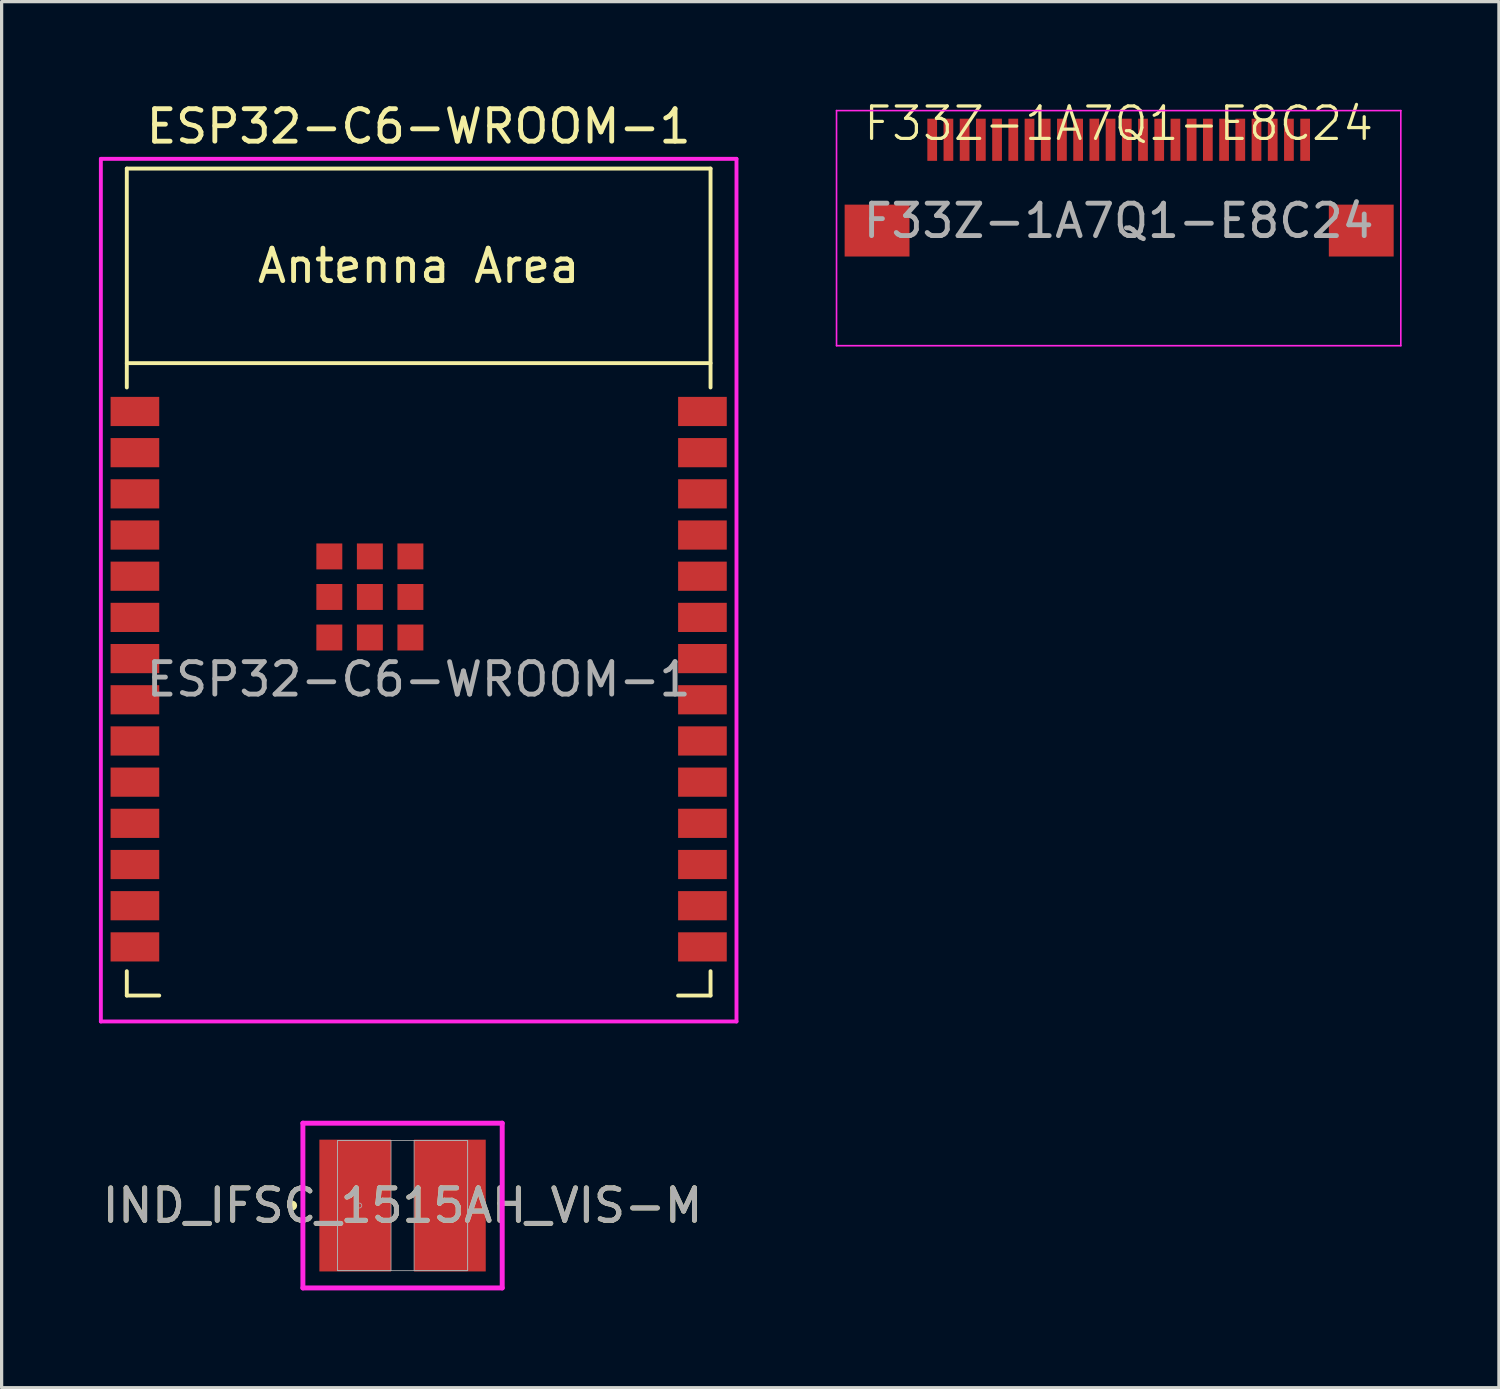
<source format=kicad_pcb>
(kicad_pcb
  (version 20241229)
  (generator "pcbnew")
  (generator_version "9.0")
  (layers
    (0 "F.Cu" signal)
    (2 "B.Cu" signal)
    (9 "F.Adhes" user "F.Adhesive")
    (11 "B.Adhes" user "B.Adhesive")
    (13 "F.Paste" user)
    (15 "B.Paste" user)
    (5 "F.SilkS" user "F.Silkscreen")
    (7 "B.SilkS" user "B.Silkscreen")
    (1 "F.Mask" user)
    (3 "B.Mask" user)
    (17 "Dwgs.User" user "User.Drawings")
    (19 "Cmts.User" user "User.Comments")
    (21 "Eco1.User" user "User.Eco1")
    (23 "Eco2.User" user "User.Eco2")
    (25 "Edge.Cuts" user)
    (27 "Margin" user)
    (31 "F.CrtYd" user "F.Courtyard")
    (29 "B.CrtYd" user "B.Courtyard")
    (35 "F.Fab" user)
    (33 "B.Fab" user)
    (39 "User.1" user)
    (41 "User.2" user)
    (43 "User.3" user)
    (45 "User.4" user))
  (footprint "IND_IFSC_1515AH_VIS-M"
    (layer "F.Cu")
    (at 9.363 34.124)
    (property "Reference" "IND_IFSC_1515AH_VIS-M" (at 0 0 0) (unlocked yes) (layer "F.SilkS") (effects (font (size 1 1) (thickness 0.15))))
    (attr smd)
    (fp_circle (center -3.404 0) (end -3.327 0) (stroke (width 0.152) (type solid)) (fill no) (layer "F.SilkS"))
    (fp_line (start -3.073 -2.54) (end 3.073 -2.54) (stroke (width 0.152) (type solid)) (layer "F.CrtYd"))
    (fp_line (start -3.073 2.54) (end -3.073 -2.54) (stroke (width 0.152) (type solid)) (layer "F.CrtYd"))
    (fp_line (start 3.073 -2.54) (end 3.073 2.54) (stroke (width 0.152) (type solid)) (layer "F.CrtYd"))
    (fp_line (start 3.073 2.54) (end -3.073 2.54) (stroke (width 0.152) (type solid)) (layer "F.CrtYd"))
    (fp_line (start -2.007 -2.007) (end -2.007 2.007) (stroke (width 0.025) (type solid)) (layer "F.Fab"))
    (fp_line (start -2.007 -2.007) (end -2.007 2.007) (stroke (width 0.025) (type solid)) (layer "F.Fab"))
    (fp_line (start -2.007 2.007) (end -0.356 2.007) (stroke (width 0.025) (type solid)) (layer "F.Fab"))
    (fp_line (start -2.007 2.007) (end 2.007 2.007) (stroke (width 0.025) (type solid)) (layer "F.Fab"))
    (fp_line (start -0.356 -2.007) (end -2.007 -2.007) (stroke (width 0.025) (type solid)) (layer "F.Fab"))
    (fp_line (start -0.356 2.007) (end -0.356 -2.007) (stroke (width 0.025) (type solid)) (layer "F.Fab"))
    (fp_line (start 0.356 -2.007) (end 0.356 2.007) (stroke (width 0.025) (type solid)) (layer "F.Fab"))
    (fp_line (start 0.356 2.007) (end 2.007 2.007) (stroke (width 0.025) (type solid)) (layer "F.Fab"))
    (fp_line (start 2.007 -2.007) (end -2.007 -2.007) (stroke (width 0.025) (type solid)) (layer "F.Fab"))
    (fp_line (start 2.007 -2.007) (end 0.356 -2.007) (stroke (width 0.025) (type solid)) (layer "F.Fab"))
    (fp_line (start 2.007 2.007) (end 2.007 -2.007) (stroke (width 0.025) (type solid)) (layer "F.Fab"))
    (fp_line (start 2.007 2.007) (end 2.007 -2.007) (stroke (width 0.025) (type solid)) (layer "F.Fab"))
    (fp_circle (center -1.333 0) (end -1.257 0) (stroke (width 0.025) (type solid)) (fill no) (layer "F.Fab"))
    (fp_text user "${REFERENCE}" (at 0 0 0) (unlocked yes) (layer "F.Fab") (effects (font (size 1 1) (thickness 0.15))))
    (pad "1" smd rect (at -1.46 0) (size 2.21 4.064) (layers "F.Cu" "F.Mask" "F.Paste"))
    (pad "2" smd rect (at 1.46 0) (size 2.21 4.064) (layers "F.Cu" "F.Mask" "F.Paste"))
    (zone (net_name "") (layer "F.Cu") (hatch full 0.508) (connect_pads) (min_thickness 0.254) (filled_areas_thickness no) (keepout (tracks not_allowed) (vias not_allowed) (pads allowed) (copperpour not_allowed) (footprints allowed)) (placement (enabled no)) (fill) (polygon (pts (xy 9.058 32.169) (xy 9.668 32.169) (xy 9.668 36.08) (xy 9.058 36.08)))))
  (footprint "F33Z-1A7Q1-E8C24"
    (layer "F.Cu")
    (at 31.445 1.26)
    (property "Reference" "F33Z-1A7Q1-E8C24" (at 0 -0.5 0) (unlocked yes) (layer "F.SilkS") (effects (font (size 1 1) (thickness 0.1))))
    (attr smd)
    (fp_line (start -8.7 -0.9) (end -8.7 6.35) (stroke (width 0.05) (type default)) (layer "F.CrtYd"))
    (fp_line (start -8.7 -0.9) (end 8.7 -0.9) (stroke (width 0.05) (type default)) (layer "F.CrtYd"))
    (fp_line (start -8.7 6.35) (end 8.7 6.35) (stroke (width 0.05) (type default)) (layer "F.CrtYd"))
    (fp_line (start 8.7 -0.9) (end 8.7 6.35) (stroke (width 0.05) (type default)) (layer "F.CrtYd"))
    (fp_text user "${REFERENCE}" (at 0 2.5 0) (unlocked yes) (layer "F.Fab") (effects (font (size 1 1) (thickness 0.15))))
    (pad "0" smd rect (at -7.45 2.8) (size 2 1.6) (layers "F.Cu" "F.Mask" "F.Paste"))
    (pad "0" smd rect (at 7.48 2.8) (size 2 1.6) (layers "F.Cu" "F.Mask" "F.Paste"))
    (pad "1" smd rect (at -5.75 0) (size 0.3 1.3) (layers "F.Cu" "F.Mask" "F.Paste"))
    (pad "2" smd rect (at -5.25 0) (size 0.3 1.3) (layers "F.Cu" "F.Mask" "F.Paste"))
    (pad "3" smd rect (at -4.75 0) (size 0.3 1.3) (layers "F.Cu" "F.Mask" "F.Paste"))
    (pad "4" smd rect (at -4.25 0) (size 0.3 1.3) (layers "F.Cu" "F.Mask" "F.Paste"))
    (pad "5" smd rect (at -3.75 0) (size 0.3 1.3) (layers "F.Cu" "F.Mask" "F.Paste"))
    (pad "6" smd rect (at -3.25 0) (size 0.3 1.3) (layers "F.Cu" "F.Mask" "F.Paste"))
    (pad "7" smd rect (at -2.75 0) (size 0.3 1.3) (layers "F.Cu" "F.Mask" "F.Paste"))
    (pad "8" smd rect (at -2.25 0) (size 0.3 1.3) (layers "F.Cu" "F.Mask" "F.Paste"))
    (pad "9" smd rect (at -1.75 0) (size 0.3 1.3) (layers "F.Cu" "F.Mask" "F.Paste"))
    (pad "10" smd rect (at -1.25 0) (size 0.3 1.3) (layers "F.Cu" "F.Mask" "F.Paste"))
    (pad "11" smd rect (at -0.75 0) (size 0.3 1.3) (layers "F.Cu" "F.Mask" "F.Paste"))
    (pad "12" smd rect (at -0.25 0) (size 0.3 1.3) (layers "F.Cu" "F.Mask" "F.Paste"))
    (pad "13" smd rect (at 0.25 0) (size 0.3 1.3) (layers "F.Cu" "F.Mask" "F.Paste"))
    (pad "14" smd rect (at 0.75 0) (size 0.3 1.3) (layers "F.Cu" "F.Mask" "F.Paste"))
    (pad "15" smd rect (at 1.25 0) (size 0.3 1.3) (layers "F.Cu" "F.Mask" "F.Paste"))
    (pad "16" smd rect (at 1.75 0) (size 0.3 1.3) (layers "F.Cu" "F.Mask" "F.Paste"))
    (pad "17" smd rect (at 2.25 0) (size 0.3 1.3) (layers "F.Cu" "F.Mask" "F.Paste"))
    (pad "18" smd rect (at 2.75 0) (size 0.3 1.3) (layers "F.Cu" "F.Mask" "F.Paste"))
    (pad "19" smd rect (at 3.25 0) (size 0.3 1.3) (layers "F.Cu" "F.Mask" "F.Paste"))
    (pad "20" smd rect (at 3.75 0) (size 0.3 1.3) (layers "F.Cu" "F.Mask" "F.Paste"))
    (pad "21" smd rect (at 4.25 0) (size 0.3 1.3) (layers "F.Cu" "F.Mask" "F.Paste"))
    (pad "22" smd rect (at 4.75 0) (size 0.3 1.3) (layers "F.Cu" "F.Mask" "F.Paste"))
    (pad "23" smd rect (at 5.25 0) (size 0.3 1.3) (layers "F.Cu" "F.Mask" "F.Paste"))
    (pad "24" smd rect (at 5.75 0) (size 0.3 1.3) (layers "F.Cu" "F.Mask" "F.Paste")))
  (footprint "ESP32-C6-WROOM-1"
    (layer "F.Cu")
    (at 9.86 17.898)
    (property "Reference" "ESP32-C6-WROOM-1" (at 0 -17.05 0) (layer "F.SilkS") (effects (font (size 1 1) (thickness 0.15))))
    (attr smd)
    (fp_line (start -9 -15.75) (end -9 -9) (stroke (width 0.12) (type solid)) (layer "F.SilkS"))
    (fp_line (start -9 -15.75) (end 9 -15.75) (stroke (width 0.12) (type solid)) (layer "F.SilkS"))
    (fp_line (start -9 9) (end -9 9.75) (stroke (width 0.12) (type solid)) (layer "F.SilkS"))
    (fp_line (start -9 9.75) (end -8 9.75) (stroke (width 0.12) (type solid)) (layer "F.SilkS"))
    (fp_line (start 9 -15.75) (end 9 -9) (stroke (width 0.12) (type solid)) (layer "F.SilkS"))
    (fp_line (start 9 -9.75) (end -9 -9.75) (stroke (width 0.12) (type solid)) (layer "F.SilkS"))
    (fp_line (start 9 9) (end 9 9.75) (stroke (width 0.12) (type solid)) (layer "F.SilkS"))
    (fp_line (start 9 9.75) (end 8 9.75) (stroke (width 0.12) (type solid)) (layer "F.SilkS"))
    (fp_line (start -9 -15.75) (end 9 -15.75) (stroke (width 0.12) (type solid)) (layer "Eco2.User"))
    (fp_line (start -9 -9.75) (end 9 -9.75) (stroke (width 0.12) (type solid)) (layer "Eco2.User"))
    (fp_line (start -9 9.75) (end -9 -15.75) (stroke (width 0.12) (type solid)) (layer "Eco2.User"))
    (fp_line (start 9 -15.75) (end 9 9.75) (stroke (width 0.12) (type solid)) (layer "Eco2.User"))
    (fp_line (start 9 9.75) (end -9 9.75) (stroke (width 0.12) (type solid)) (layer "Eco2.User"))
    (fp_line (start -9.8 -16.05) (end -9.8 10.55) (stroke (width 0.12) (type solid)) (layer "F.CrtYd"))
    (fp_line (start -9.8 10.55) (end 9.8 10.55) (stroke (width 0.12) (type solid)) (layer "F.CrtYd"))
    (fp_line (start 9.8 -16.05) (end -9.8 -16.05) (stroke (width 0.12) (type solid)) (layer "F.CrtYd"))
    (fp_line (start 9.8 -16.05) (end 9.8 10.55) (stroke (width 0.12) (type solid)) (layer "F.CrtYd"))
    (fp_text user "Antenna Area" (at 0 -12.75 0) (layer "F.SilkS") (effects (font (size 1 1) (thickness 0.15))))
    (fp_text user "Antenna Area" (at 0 -12.75 0) (layer "Eco2.User") (effects (font (size 1 1) (thickness 0.15))))
    (fp_text user "${REFERENCE}" (at 0 0 0) (layer "F.Fab") (effects (font (size 1 1) (thickness 0.15))))
    (pad "1" smd rect (at -8.75 -8.26) (size 1.5 0.9) (layers "F.Cu" "F.Mask" "F.Paste"))
    (pad "2" smd rect (at -8.75 -6.99) (size 1.5 0.9) (layers "F.Cu" "F.Mask" "F.Paste"))
    (pad "3" smd rect (at -8.75 -5.72) (size 1.5 0.9) (layers "F.Cu" "F.Mask" "F.Paste"))
    (pad "4" smd rect (at -8.75 -4.45) (size 1.5 0.9) (layers "F.Cu" "F.Mask" "F.Paste"))
    (pad "5" smd rect (at -8.75 -3.18) (size 1.5 0.9) (layers "F.Cu" "F.Mask" "F.Paste"))
    (pad "6" smd rect (at -8.75 -1.91) (size 1.5 0.9) (layers "F.Cu" "F.Mask" "F.Paste"))
    (pad "7" smd rect (at -8.75 -0.64) (size 1.5 0.9) (layers "F.Cu" "F.Mask" "F.Paste"))
    (pad "8" smd rect (at -8.75 0.63) (size 1.5 0.9) (layers "F.Cu" "F.Mask" "F.Paste"))
    (pad "9" smd rect (at -8.75 1.9) (size 1.5 0.9) (layers "F.Cu" "F.Mask" "F.Paste"))
    (pad "10" smd rect (at -8.75 3.17) (size 1.5 0.9) (layers "F.Cu" "F.Mask" "F.Paste"))
    (pad "11" smd rect (at -8.75 4.44) (size 1.5 0.9) (layers "F.Cu" "F.Mask" "F.Paste"))
    (pad "12" smd rect (at -8.75 5.71) (size 1.5 0.9) (layers "F.Cu" "F.Mask" "F.Paste"))
    (pad "13" smd rect (at -8.75 6.98) (size 1.5 0.9) (layers "F.Cu" "F.Mask" "F.Paste"))
    (pad "14" smd rect (at -8.75 8.25) (size 1.5 0.9) (layers "F.Cu" "F.Mask" "F.Paste"))
    (pad "15" smd rect (at 8.75 8.25 180) (size 1.5 0.9) (layers "F.Cu" "F.Mask" "F.Paste"))
    (pad "16" smd rect (at 8.75 6.98 180) (size 1.5 0.9) (layers "F.Cu" "F.Mask" "F.Paste"))
    (pad "17" smd rect (at 8.75 5.71 180) (size 1.5 0.9) (layers "F.Cu" "F.Mask" "F.Paste"))
    (pad "18" smd rect (at 8.75 4.44 180) (size 1.5 0.9) (layers "F.Cu" "F.Mask" "F.Paste"))
    (pad "19" smd rect (at 8.75 3.17 180) (size 1.5 0.9) (layers "F.Cu" "F.Mask" "F.Paste"))
    (pad "20" smd rect (at 8.75 1.9 180) (size 1.5 0.9) (layers "F.Cu" "F.Mask" "F.Paste"))
    (pad "21" smd rect (at 8.75 0.63 180) (size 1.5 0.9) (layers "F.Cu" "F.Mask" "F.Paste"))
    (pad "22" smd rect (at 8.75 -0.64 180) (size 1.5 0.9) (layers "F.Cu" "F.Mask" "F.Paste"))
    (pad "23" smd rect (at 8.75 -1.91 180) (size 1.5 0.9) (layers "F.Cu" "F.Mask" "F.Paste"))
    (pad "24" smd rect (at 8.75 -3.18 180) (size 1.5 0.9) (layers "F.Cu" "F.Mask" "F.Paste"))
    (pad "25" smd rect (at 8.75 -4.45 180) (size 1.5 0.9) (layers "F.Cu" "F.Mask" "F.Paste"))
    (pad "26" smd rect (at 8.75 -5.72 180) (size 1.5 0.9) (layers "F.Cu" "F.Mask" "F.Paste"))
    (pad "27" smd rect (at 8.75 -6.99 180) (size 1.5 0.9) (layers "F.Cu" "F.Mask" "F.Paste"))
    (pad "28" smd rect (at 8.75 -8.26 180) (size 1.5 0.9) (layers "F.Cu" "F.Mask" "F.Paste"))
    (pad "29" smd rect (at -2.755 -3.79 180) (size 0.8 0.8) (layers "F.Cu" "F.Mask" "F.Paste"))
    (pad "29" smd rect (at -2.755 -2.54 180) (size 0.8 0.8) (layers "F.Cu" "F.Mask" "F.Paste"))
    (pad "29" smd rect (at -2.755 -1.29 180) (size 0.8 0.8) (layers "F.Cu" "F.Mask" "F.Paste"))
    (pad "29" smd rect (at -1.505 -3.79 180) (size 0.8 0.8) (layers "F.Cu" "F.Mask" "F.Paste"))
    (pad "29" smd rect (at -1.505 -2.54 180) (size 0.8 0.8) (layers "F.Cu" "F.Mask" "F.Paste"))
    (pad "29" smd rect (at -1.505 -1.29 180) (size 0.8 0.8) (layers "F.Cu" "F.Mask" "F.Paste"))
    (pad "29" smd rect (at -0.255 -3.79 180) (size 0.8 0.8) (layers "F.Cu" "F.Mask" "F.Paste"))
    (pad "29" smd rect (at -0.255 -2.54 180) (size 0.8 0.8) (layers "F.Cu" "F.Mask" "F.Paste"))
    (pad "29" smd rect (at -0.255 -1.29 180) (size 0.8 0.8) (layers "F.Cu" "F.Mask" "F.Paste"))
    (zone (net_name "") (layers "F.Cu" "B.Cu") (name "antenna keepout") (hatch edge 0.508) (connect_pads) (min_thickness 0.254) (filled_areas_thickness no) (keepout (tracks not_allowed) (vias not_allowed) (pads not_allowed) (copperpour not_allowed) (footprints not_allowed)) (placement (enabled no)) (fill) (polygon (pts (xy 18.86 8.148) (xy 0.86 8.148) (xy 0.86 2.148) (xy 18.86 2.148)))))
  (gr_rect
    (start -3 -3)
    (end 43.17 39.741)
    (stroke (width 0.1) (type default))
    (fill no)
    (layer "Edge.Cuts")))
</source>
